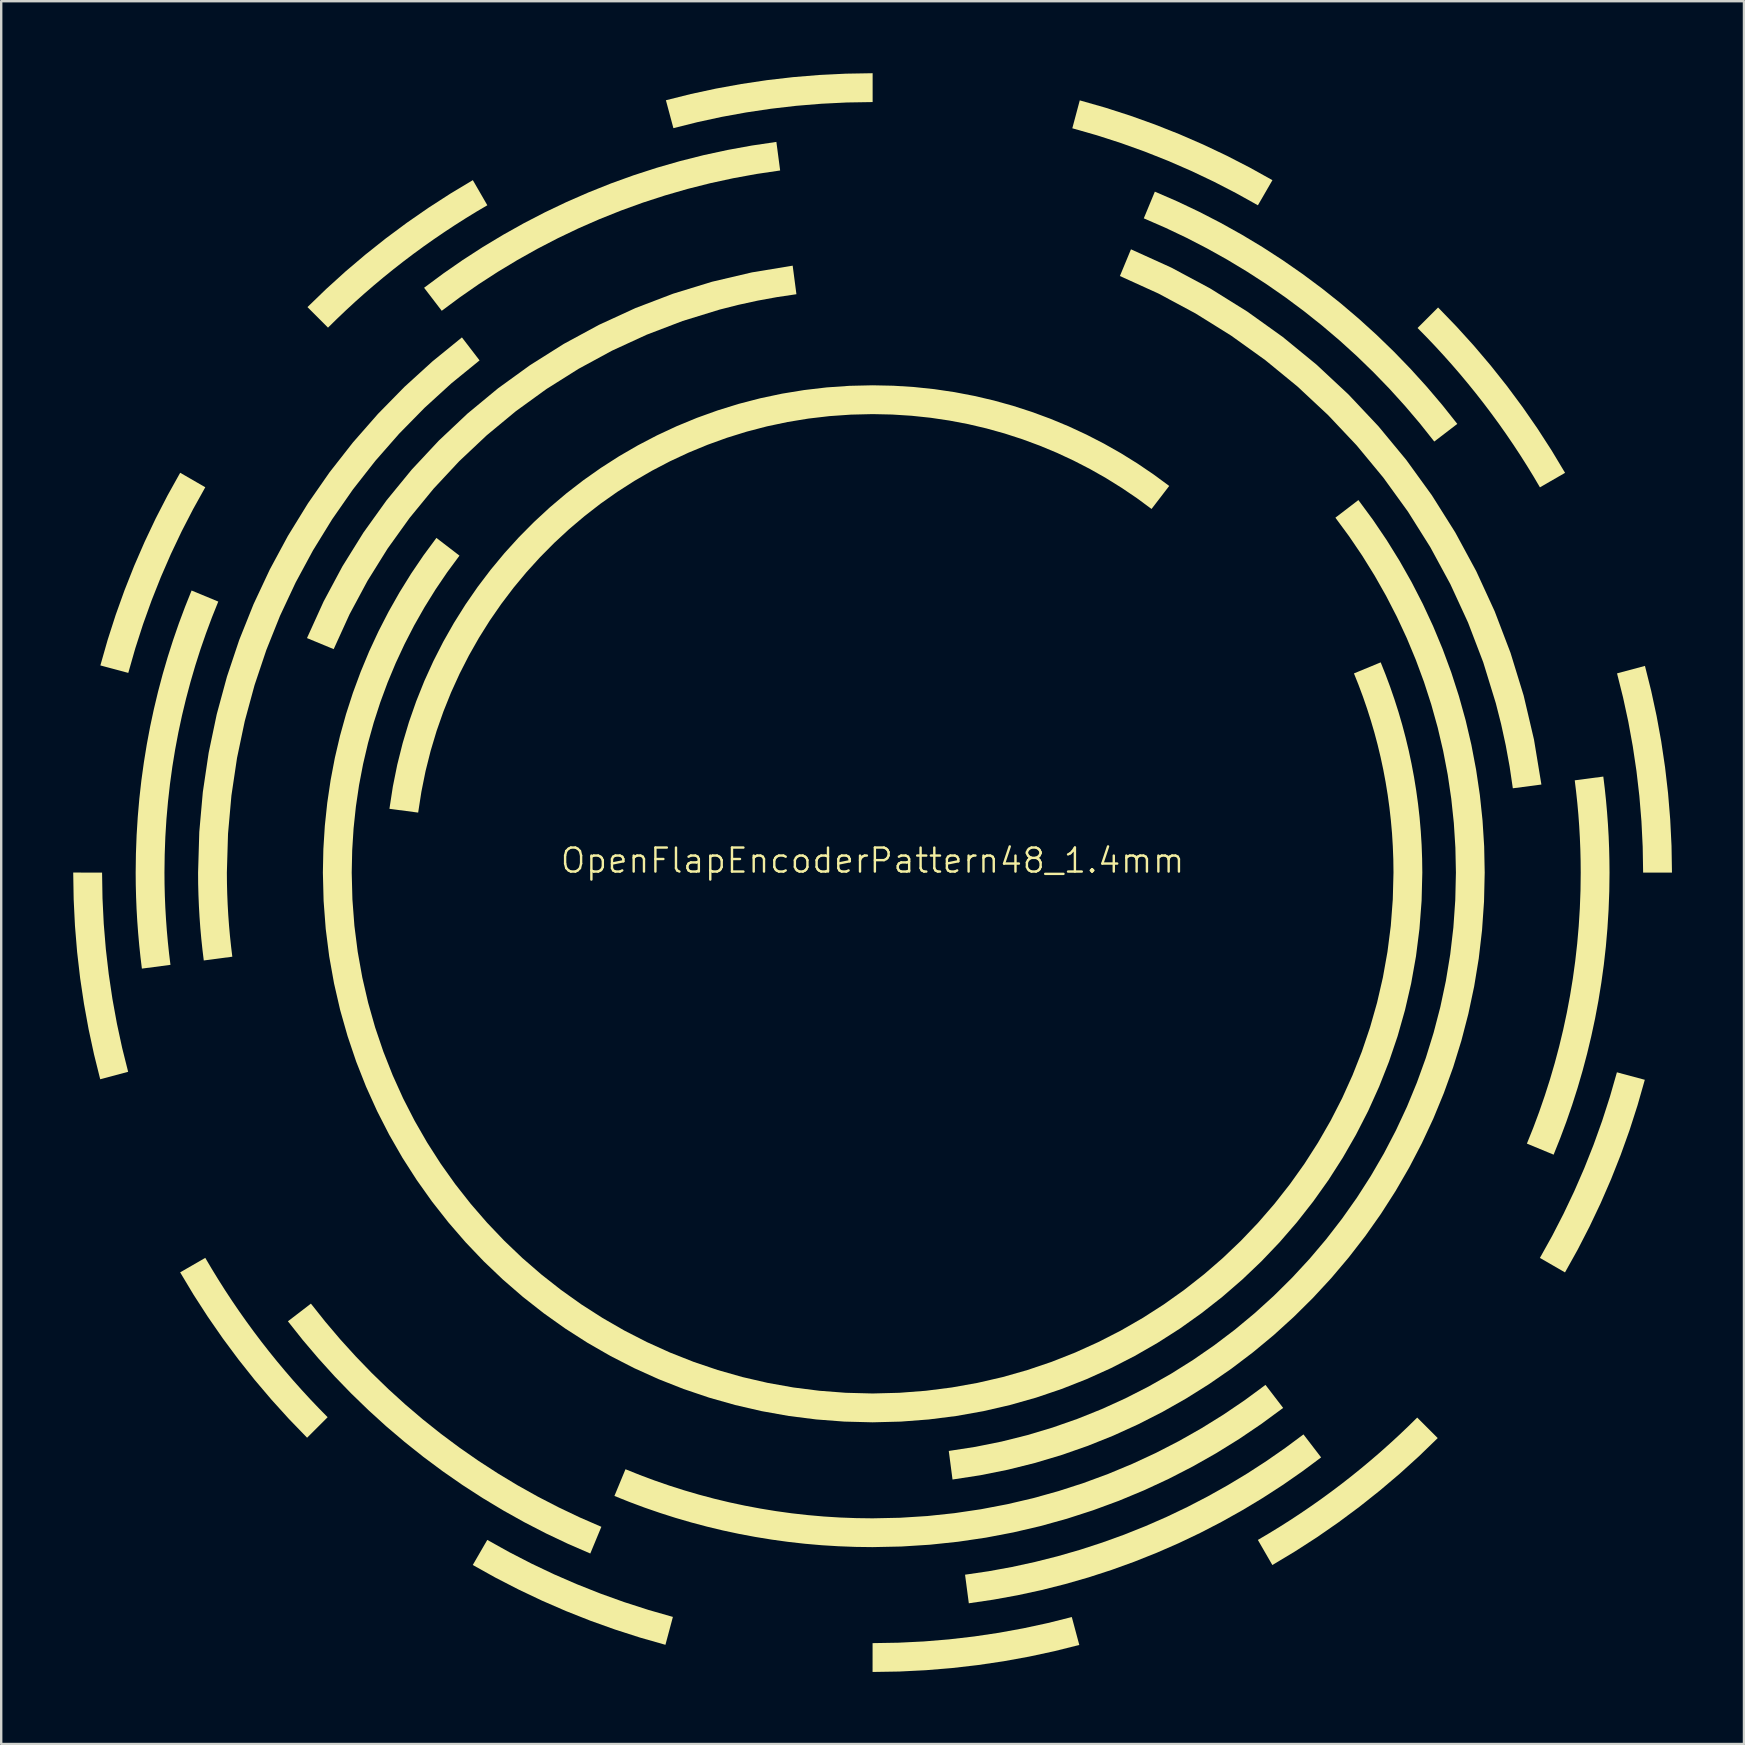
<source format=kicad_pcb>
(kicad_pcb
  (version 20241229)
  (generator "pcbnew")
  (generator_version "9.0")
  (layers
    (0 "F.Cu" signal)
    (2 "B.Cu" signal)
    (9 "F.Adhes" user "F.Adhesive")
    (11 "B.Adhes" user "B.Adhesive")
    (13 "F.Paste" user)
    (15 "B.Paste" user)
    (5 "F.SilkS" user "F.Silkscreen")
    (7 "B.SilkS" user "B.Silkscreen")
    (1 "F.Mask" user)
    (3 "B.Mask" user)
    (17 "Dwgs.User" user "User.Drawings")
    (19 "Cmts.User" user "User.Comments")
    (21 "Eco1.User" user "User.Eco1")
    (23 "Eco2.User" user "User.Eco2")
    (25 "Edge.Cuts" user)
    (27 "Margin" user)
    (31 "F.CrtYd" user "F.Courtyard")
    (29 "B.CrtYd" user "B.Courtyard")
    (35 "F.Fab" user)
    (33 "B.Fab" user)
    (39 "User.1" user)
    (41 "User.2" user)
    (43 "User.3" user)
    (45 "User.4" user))
  (footprint "OpenFlapEncoderPattern48_1.4mm"
    (layer "F.Cu")
    (at 33.301 33.301)
    (property "Reference" "OpenFlapEncoderPattern48_1.4mm" (at 0 -0.5 0) (unlocked yes) (layer "F.SilkS") (effects (font (size 1 1) (thickness 0.1))))
    (fp_poly (pts (xy -27.799 -16.052) (xy -28.305 -15.143) (xy -28.783 -14.217) (xy -29.231 -13.273) (xy -29.649 -12.313) (xy -30.036 -11.337) (xy -30.392 -10.345) (xy -30.716 -9.339) (xy -31.007 -8.319) (xy -32.17 -8.63) (xy -31.868 -9.689) (xy -31.532 -10.734) (xy -31.163 -11.763) (xy -30.762 -12.776) (xy -30.329 -13.772) (xy -29.865 -14.752) (xy -29.37 -15.713) (xy -28.845 -16.656)) (stroke (width -0.000001) (type solid)) (fill yes) (layer "F.SilkS"))
    (fp_poly (pts (xy -15.142 28.306) (xy -14.216 28.784) (xy -13.273 29.232) (xy -12.312 29.649) (xy -11.336 30.036) (xy -10.345 30.392) (xy -9.339 30.716) (xy -8.319 31.008) (xy -8.63 32.17) (xy -9.689 31.868) (xy -10.734 31.532) (xy -11.763 31.164) (xy -12.776 30.763) (xy -13.772 30.33) (xy -14.751 29.865) (xy -15.713 29.37) (xy -16.656 28.845) (xy -16.051 27.8)) (stroke (width -0.000001) (type solid)) (fill yes) (layer "F.SilkS"))
    (fp_poly (pts (xy 9.69 -31.868) (xy 10.735 -31.532) (xy 11.764 -31.163) (xy 12.777 -30.762) (xy 13.773 -30.329) (xy 14.752 -29.865) (xy 15.714 -29.37) (xy 16.657 -28.845) (xy 16.052 -27.799) (xy 15.143 -28.305) (xy 14.217 -28.783) (xy 13.274 -29.231) (xy 12.314 -29.649) (xy 11.338 -30.036) (xy 10.346 -30.392) (xy 9.34 -30.716) (xy 8.32 -31.007) (xy 8.631 -32.17)) (stroke (width -0.000001) (type solid)) (fill yes) (layer "F.SilkS"))
    (fp_poly (pts (xy 32.17 8.632) (xy 31.868 9.691) (xy 31.533 10.735) (xy 31.164 11.764) (xy 30.763 12.777) (xy 30.33 13.773) (xy 29.865 14.752) (xy 29.37 15.714) (xy 28.845 16.656) (xy 27.8 16.052) (xy 28.306 15.144) (xy 28.783 14.217) (xy 29.231 13.274) (xy 29.649 12.314) (xy 30.036 11.338) (xy 30.392 10.346) (xy 30.716 9.34) (xy 31.008 8.32)) (stroke (width -0.000001) (type solid)) (fill yes) (layer "F.SilkS"))
    (fp_poly (pts (xy -32.099 -0.000411) (xy -32.099 0.000104) (xy -32.081 1.072) (xy -32.029 2.135) (xy -31.942 3.189) (xy -31.821 4.233) (xy -31.667 5.267) (xy -31.481 6.289) (xy -31.263 7.3) (xy -31.013 8.299) (xy -32.176 8.61) (xy -32.434 7.574) (xy -32.66 6.525) (xy -32.853 5.464) (xy -33.013 4.392) (xy -33.138 3.309) (xy -33.228 2.216) (xy -33.282 1.112) (xy -33.301 0.000104) (xy -33.301 -0.001)) (stroke (width -0.000001) (type solid)) (fill yes) (layer "F.SilkS"))
    (fp_poly (pts (xy 0.002 -32.099) (xy 0.000217 -32.099) (xy -1.072 -32.082) (xy -2.135 -32.029) (xy -3.189 -31.942) (xy -4.232 -31.821) (xy -5.266 -31.667) (xy -6.288 -31.481) (xy -7.299 -31.262) (xy -8.298 -31.012) (xy -8.61 -32.175) (xy -7.574 -32.434) (xy -6.525 -32.66) (xy -5.464 -32.853) (xy -4.392 -33.013) (xy -3.309 -33.138) (xy -2.215 -33.228) (xy -1.112 -33.282) (xy 0.000217 -33.301) (xy 0.002 -33.301)) (stroke (width -0.000001) (type solid)) (fill yes) (layer "F.SilkS"))
    (fp_poly (pts (xy 8.611 32.176) (xy 7.574 32.435) (xy 6.525 32.661) (xy 5.464 32.854) (xy 4.392 33.013) (xy 3.309 33.138) (xy 2.216 33.228) (xy 1.113 33.283) (xy 0.000217 33.301) (xy -0.001 33.301) (xy -0.000298 32.1) (xy 0.000217 32.1) (xy 1.072 32.082) (xy 2.135 32.03) (xy 3.189 31.943) (xy 4.233 31.822) (xy 5.266 31.668) (xy 6.289 31.481) (xy 7.3 31.263) (xy 8.299 31.013)) (stroke (width -0.000001) (type solid)) (fill yes) (layer "F.SilkS"))
    (fp_poly (pts (xy 32.435 -7.573) (xy 32.661 -6.525) (xy 32.854 -5.464) (xy 33.013 -4.392) (xy 33.138 -3.309) (xy 33.228 -2.215) (xy 33.283 -1.112) (xy 33.301 0.000104) (xy 33.301 0.002) (xy 32.1 0.002) (xy 32.1 0.000104) (xy 32.082 -1.072) (xy 32.03 -2.135) (xy 31.943 -3.189) (xy 31.822 -4.233) (xy 31.668 -5.266) (xy 31.482 -6.288) (xy 31.263 -7.3) (xy 31.013 -8.299) (xy 32.176 -8.61)) (stroke (width -0.000001) (type solid)) (fill yes) (layer "F.SilkS"))
    (fp_poly (pts (xy -27.532 16.504) (xy -27.257 16.953) (xy -26.976 17.397) (xy -26.687 17.836) (xy -26.391 18.27) (xy -26.088 18.699) (xy -25.779 19.122) (xy -25.463 19.541) (xy -25.14 19.954) (xy -24.811 20.361) (xy -24.475 20.763) (xy -24.133 21.16) (xy -23.784 21.551) (xy -23.43 21.936) (xy -23.069 22.315) (xy -22.702 22.688) (xy -23.558 23.543) (xy -24.313 22.762) (xy -25.042 21.957) (xy -25.746 21.128) (xy -26.422 20.277) (xy -27.071 19.403) (xy -27.692 18.507) (xy -28.284 17.591) (xy -28.846 16.654) (xy -27.8 16.05)) (stroke (width -0.000001) (type solid)) (fill yes) (layer "F.SilkS"))
    (fp_poly (pts (xy -16.049 -27.8) (xy -16.503 -27.533) (xy -16.951 -27.258) (xy -17.395 -26.976) (xy -17.834 -26.687) (xy -18.268 -26.391) (xy -18.697 -26.089) (xy -19.121 -25.779) (xy -19.539 -25.463) (xy -19.952 -25.14) (xy -20.36 -24.811) (xy -20.762 -24.475) (xy -21.158 -24.133) (xy -21.549 -23.785) (xy -21.934 -23.43) (xy -22.313 -23.069) (xy -22.687 -22.702) (xy -23.542 -23.558) (xy -22.761 -24.313) (xy -21.956 -25.043) (xy -21.127 -25.746) (xy -20.276 -26.422) (xy -19.402 -27.071) (xy -18.506 -27.692) (xy -17.59 -28.284) (xy -16.653 -28.846)) (stroke (width -0.000001) (type solid)) (fill yes) (layer "F.SilkS"))
    (fp_poly (pts (xy 23.543 23.558) (xy 22.763 24.313) (xy 21.958 25.043) (xy 21.129 25.746) (xy 20.277 26.423) (xy 19.403 27.072) (xy 18.507 27.693) (xy 17.591 28.284) (xy 16.654 28.847) (xy 16.05 27.801) (xy 16.504 27.533) (xy 16.952 27.259) (xy 17.396 26.977) (xy 17.835 26.688) (xy 18.269 26.392) (xy 18.698 26.09) (xy 19.122 25.78) (xy 19.541 25.464) (xy 19.954 25.141) (xy 20.361 24.812) (xy 20.763 24.476) (xy 21.16 24.134) (xy 21.551 23.785) (xy 21.936 23.431) (xy 22.315 23.07) (xy 22.688 22.703)) (stroke (width -0.000001) (type solid)) (fill yes) (layer "F.SilkS"))
    (fp_poly (pts (xy 24.313 -22.761) (xy 25.043 -21.956) (xy 25.747 -21.127) (xy 26.423 -20.276) (xy 27.072 -19.402) (xy 27.693 -18.506) (xy 28.285 -17.59) (xy 28.848 -16.653) (xy 27.801 -16.049) (xy 27.534 -16.503) (xy 27.259 -16.952) (xy 26.977 -17.396) (xy 26.688 -17.835) (xy 26.392 -18.269) (xy 26.09 -18.698) (xy 25.78 -19.121) (xy 25.464 -19.54) (xy 25.141 -19.953) (xy 24.812 -20.36) (xy 24.476 -20.763) (xy 24.134 -21.159) (xy 23.785 -21.55) (xy 23.431 -21.935) (xy 23.07 -22.314) (xy 22.703 -22.687) (xy 23.558 -23.542)) (stroke (width -0.000001) (type solid)) (fill yes) (layer "F.SilkS"))
    (fp_poly (pts (xy -22.8 18.71) (xy -22.178 19.443) (xy -21.532 20.155) (xy -20.864 20.846) (xy -20.174 21.515) (xy -19.463 22.161) (xy -18.731 22.784) (xy -17.978 23.383) (xy -17.206 23.958) (xy -16.415 24.508) (xy -15.605 25.033) (xy -14.777 25.532) (xy -13.932 26.004) (xy -13.07 26.448) (xy -12.192 26.866) (xy -11.299 27.254) (xy -11.76 28.367) (xy -12.69 27.963) (xy -13.605 27.529) (xy -14.502 27.066) (xy -15.382 26.575) (xy -16.244 26.056) (xy -17.087 25.511) (xy -17.911 24.938) (xy -18.715 24.34) (xy -19.498 23.716) (xy -20.261 23.068) (xy -21.001 22.395) (xy -21.719 21.7) (xy -22.415 20.981) (xy -23.086 20.239) (xy -23.734 19.477) (xy -24.357 18.693) (xy -23.399 17.957)) (stroke (width -0.000001) (type solid)) (fill yes) (layer "F.SilkS"))
    (fp_poly (pts (xy -3.851 -29.249) (xy -4.832 -29.104) (xy -5.803 -28.927) (xy -6.762 -28.719) (xy -7.709 -28.48) (xy -8.644 -28.21) (xy -9.566 -27.911) (xy -10.474 -27.582) (xy -11.368 -27.225) (xy -12.248 -26.84) (xy -13.112 -26.427) (xy -13.961 -25.987) (xy -14.793 -25.521) (xy -15.609 -25.029) (xy -16.407 -24.512) (xy -17.187 -23.97) (xy -17.949 -23.404) (xy -18.684 -24.363) (xy -17.892 -24.951) (xy -17.08 -25.515) (xy -16.249 -26.053) (xy -15.4 -26.564) (xy -14.534 -27.049) (xy -13.651 -27.506) (xy -12.751 -27.935) (xy -11.835 -28.335) (xy -10.904 -28.707) (xy -9.959 -29.048) (xy -8.999 -29.359) (xy -8.025 -29.639) (xy -7.039 -29.888) (xy -6.04 -30.104) (xy -5.03 -30.288) (xy -4.008 -30.439)) (stroke (width -0.000001) (type solid)) (fill yes) (layer "F.SilkS"))
    (fp_poly (pts (xy 12.69 -27.963) (xy 13.604 -27.529) (xy 14.502 -27.066) (xy 15.382 -26.575) (xy 16.244 -26.057) (xy 17.087 -25.511) (xy 17.911 -24.938) (xy 18.715 -24.34) (xy 19.499 -23.716) (xy 20.261 -23.068) (xy 21.002 -22.395) (xy 21.72 -21.699) (xy 22.415 -20.98) (xy 23.087 -20.239) (xy 23.735 -19.476) (xy 24.358 -18.692) (xy 23.399 -17.957) (xy 22.801 -18.71) (xy 22.178 -19.443) (xy 21.533 -20.155) (xy 20.864 -20.846) (xy 20.174 -21.515) (xy 19.463 -22.161) (xy 18.73 -22.784) (xy 17.978 -23.383) (xy 17.206 -23.958) (xy 16.414 -24.509) (xy 15.604 -25.033) (xy 14.777 -25.532) (xy 13.931 -26.004) (xy 13.07 -26.449) (xy 12.191 -26.866) (xy 11.298 -27.255) (xy 11.759 -28.367)) (stroke (width -0.000001) (type solid)) (fill yes) (layer "F.SilkS"))
    (fp_poly (pts (xy 18.685 24.363) (xy 17.893 24.952) (xy 17.081 25.516) (xy 16.25 26.054) (xy 15.401 26.565) (xy 14.535 27.05) (xy 13.652 27.507) (xy 12.752 27.936) (xy 11.836 28.336) (xy 10.905 28.707) (xy 9.959 29.049) (xy 9 29.36) (xy 8.026 29.64) (xy 7.04 29.889) (xy 6.041 30.105) (xy 5.031 30.289) (xy 4.009 30.44) (xy 3.852 29.249) (xy 4.833 29.105) (xy 5.803 28.928) (xy 6.762 28.719) (xy 7.71 28.48) (xy 8.644 28.211) (xy 9.566 27.911) (xy 10.475 27.583) (xy 11.369 27.226) (xy 12.249 26.841) (xy 13.113 26.428) (xy 13.962 25.988) (xy 14.794 25.522) (xy 15.61 25.031) (xy 16.408 24.513) (xy 17.188 23.971) (xy 17.95 23.405)) (stroke (width -0.000001) (type solid)) (fill yes) (layer "F.SilkS"))
    (fp_poly (pts (xy -3.173 -24.094) (xy -3.987 -23.973) (xy -4.792 -23.826) (xy -5.588 -23.652) (xy -6.374 -23.453) (xy -7.914 -22.979) (xy -9.409 -22.408) (xy -10.854 -21.743) (xy -12.247 -20.987) (xy -13.584 -20.146) (xy -14.86 -19.222) (xy -16.072 -18.219) (xy -17.217 -17.141) (xy -18.289 -15.992) (xy -19.287 -14.775) (xy -20.206 -13.494) (xy -21.041 -12.154) (xy -21.791 -10.757) (xy -22.45 -9.308) (xy -23.562 -9.769) (xy -22.871 -11.291) (xy -22.086 -12.757) (xy -21.21 -14.165) (xy -20.246 -15.509) (xy -19.2 -16.786) (xy -18.074 -17.992) (xy -16.874 -19.123) (xy -15.602 -20.175) (xy -14.262 -21.144) (xy -12.86 -22.027) (xy -11.397 -22.819) (xy -9.879 -23.517) (xy -8.31 -24.116) (xy -6.692 -24.613) (xy -5.031 -25.003) (xy -3.329 -25.284)) (stroke (width -0.000001) (type solid)) (fill yes) (layer "F.SilkS"))
    (fp_poly (pts (xy 12.442 -25.204) (xy 14.058 -24.338) (xy 15.608 -23.372) (xy 17.09 -22.311) (xy 18.497 -21.158) (xy 19.826 -19.917) (xy 21.072 -18.594) (xy 22.232 -17.192) (xy 23.3 -15.716) (xy 24.273 -14.171) (xy 25.146 -12.559) (xy 25.915 -10.886) (xy 26.575 -9.156) (xy 27.123 -7.374) (xy 27.553 -5.543) (xy 27.862 -3.668) (xy 26.672 -3.512) (xy 26.539 -4.413) (xy 26.376 -5.305) (xy 26.184 -6.186) (xy 25.963 -7.056) (xy 25.439 -8.761) (xy 24.806 -10.416) (xy 24.069 -12.016) (xy 23.233 -13.558) (xy 22.302 -15.038) (xy 21.279 -16.451) (xy 20.169 -17.793) (xy 18.975 -19.059) (xy 17.703 -20.247) (xy 16.356 -21.351) (xy 14.938 -22.368) (xy 13.454 -23.293) (xy 11.908 -24.123) (xy 10.303 -24.852) (xy 10.764 -25.965)) (stroke (width -0.000001) (type solid)) (fill yes) (layer "F.SilkS"))
    (fp_poly (pts (xy -27.258 -11.29) (xy -27.521 -10.634) (xy -27.768 -9.97) (xy -28.001 -9.299) (xy -28.217 -8.62) (xy -28.417 -7.935) (xy -28.601 -7.243) (xy -28.769 -6.545) (xy -28.92 -5.84) (xy -29.054 -5.129) (xy -29.171 -4.412) (xy -29.27 -3.69) (xy -29.352 -2.962) (xy -29.417 -2.229) (xy -29.463 -1.49) (xy -29.49 -0.747) (xy -29.5 0.000104) (xy -29.496 0.488) (xy -29.484 0.973) (xy -29.464 1.457) (xy -29.436 1.938) (xy -29.401 2.418) (xy -29.358 2.895) (xy -29.308 3.37) (xy -29.25 3.843) (xy -30.44 4) (xy -30.5 3.508) (xy -30.552 3.013) (xy -30.596 2.516) (xy -30.633 2.017) (xy -30.662 1.516) (xy -30.682 1.013) (xy -30.695 0.508) (xy -30.699 0.000104) (xy -30.689 -0.778) (xy -30.66 -1.552) (xy -30.612 -2.32) (xy -30.546 -3.083) (xy -30.461 -3.841) (xy -30.357 -4.593) (xy -30.236 -5.339) (xy -30.097 -6.079) (xy -29.94 -6.813) (xy -29.766 -7.54) (xy -29.575 -8.26) (xy -29.367 -8.973) (xy -29.142 -9.679) (xy -28.901 -10.377) (xy -28.643 -11.068) (xy -28.37 -11.751)) (stroke (width -0.000001) (type solid)) (fill yes) (layer "F.SilkS"))
    (fp_poly (pts (xy -16.373 -21.337) (xy -17.546 -20.382) (xy -18.662 -19.364) (xy -19.721 -18.286) (xy -20.717 -17.15) (xy -21.65 -15.959) (xy -22.516 -14.715) (xy -23.312 -13.422) (xy -24.036 -12.082) (xy -24.685 -10.698) (xy -25.256 -9.272) (xy -25.747 -7.808) (xy -26.155 -6.308) (xy -26.477 -4.774) (xy -26.71 -3.21) (xy -26.852 -1.617) (xy -26.9 0.000104) (xy -26.896 0.445) (xy -26.885 0.887) (xy -26.867 1.328) (xy -26.842 1.767) (xy -26.81 2.205) (xy -26.771 2.64) (xy -26.725 3.073) (xy -26.673 3.504) (xy -27.862 3.661) (xy -27.917 3.21) (xy -27.965 2.758) (xy -28.006 2.303) (xy -28.039 1.846) (xy -28.065 1.388) (xy -28.084 0.927) (xy -28.096 0.465) (xy -28.099 0.000104) (xy -28.049 -1.691) (xy -27.901 -3.356) (xy -27.658 -4.992) (xy -27.322 -6.595) (xy -26.896 -8.163) (xy -26.384 -9.694) (xy -25.788 -11.183) (xy -25.11 -12.629) (xy -24.355 -14.029) (xy -23.523 -15.38) (xy -22.619 -16.679) (xy -21.645 -17.923) (xy -20.605 -19.109) (xy -19.5 -20.236) (xy -18.333 -21.298) (xy -17.108 -22.295)) (stroke (width -0.000001) (type solid)) (fill yes) (layer "F.SilkS"))
    (fp_poly (pts (xy 30.501 -3.508) (xy 30.553 -3.013) (xy 30.597 -2.516) (xy 30.634 -2.017) (xy 30.663 -1.516) (xy 30.683 -1.013) (xy 30.695 -0.507) (xy 30.7 0.000104) (xy 30.69 0.778) (xy 30.661 1.552) (xy 30.613 2.32) (xy 30.547 3.084) (xy 30.462 3.842) (xy 30.358 4.594) (xy 30.237 5.34) (xy 30.098 6.08) (xy 29.941 6.813) (xy 29.767 7.54) (xy 29.576 8.261) (xy 29.368 8.974) (xy 29.143 9.68) (xy 28.902 10.378) (xy 28.644 11.069) (xy 28.371 11.751) (xy 27.258 11.29) (xy 27.522 10.634) (xy 27.769 9.971) (xy 28.001 9.299) (xy 28.218 8.621) (xy 28.418 7.936) (xy 28.602 7.244) (xy 28.77 6.545) (xy 28.921 5.84) (xy 29.055 5.129) (xy 29.172 4.412) (xy 29.271 3.69) (xy 29.353 2.962) (xy 29.417 2.229) (xy 29.463 1.491) (xy 29.491 0.748) (xy 29.5 0.000104) (xy 29.496 -0.487) (xy 29.484 -0.973) (xy 29.464 -1.456) (xy 29.437 -1.938) (xy 29.402 -2.417) (xy 29.359 -2.895) (xy 29.308 -3.37) (xy 29.251 -3.843) (xy 30.441 -4)) (stroke (width -0.000001) (type solid)) (fill yes) (layer "F.SilkS"))
    (fp_poly (pts (xy 17.103 22.301) (xy 16.201 22.965) (xy 15.272 23.594) (xy 14.317 24.186) (xy 13.337 24.741) (xy 12.334 25.257) (xy 11.307 25.734) (xy 10.259 26.17) (xy 9.189 26.564) (xy 8.1 26.916) (xy 6.992 27.224) (xy 5.865 27.487) (xy 4.722 27.705) (xy 3.563 27.876) (xy 2.389 28) (xy 1.201 28.075) (xy 0.000217 28.1) (xy -0.712 28.091) (xy -1.42 28.064) (xy -2.123 28.021) (xy -2.822 27.96) (xy -3.516 27.882) (xy -4.204 27.787) (xy -4.887 27.676) (xy -5.564 27.549) (xy -6.235 27.406) (xy -6.901 27.246) (xy -7.56 27.071) (xy -8.213 26.881) (xy -8.859 26.675) (xy -9.498 26.455) (xy -10.13 26.219) (xy -10.755 25.969) (xy -10.294 24.856) (xy -9.695 25.096) (xy -9.09 25.322) (xy -8.478 25.534) (xy -7.86 25.731) (xy -7.235 25.914) (xy -6.604 26.082) (xy -5.967 26.235) (xy -5.325 26.372) (xy -4.676 26.494) (xy -4.023 26.601) (xy -3.364 26.692) (xy -2.7 26.766) (xy -2.032 26.825) (xy -1.359 26.867) (xy -0.681 26.892) (xy 0.000217 26.901) (xy 1.149 26.877) (xy 2.285 26.805) (xy 3.408 26.686) (xy 4.517 26.522) (xy 5.611 26.313) (xy 6.689 26.061) (xy 7.749 25.765) (xy 8.792 25.428) (xy 9.816 25.05) (xy 10.819 24.632) (xy 11.802 24.176) (xy 12.763 23.681) (xy 13.701 23.149) (xy 14.615 22.582) (xy 15.504 21.979) (xy 16.368 21.342)) (stroke (width -0.000001) (type solid)) (fill yes) (layer "F.SilkS"))
    (fp_poly (pts (xy 0.868 -20.282) (xy 1.727 -20.228) (xy 2.575 -20.139) (xy 3.413 -20.015) (xy 4.239 -19.857) (xy 5.052 -19.667) (xy 5.853 -19.444) (xy 6.64 -19.189) (xy 7.413 -18.904) (xy 8.17 -18.589) (xy 8.912 -18.244) (xy 9.637 -17.871) (xy 10.345 -17.47) (xy 11.034 -17.042) (xy 11.705 -16.587) (xy 12.357 -16.107) (xy 11.621 -15.148) (xy 11.008 -15.6) (xy 10.376 -16.028) (xy 9.727 -16.432) (xy 9.061 -16.81) (xy 8.379 -17.161) (xy 7.682 -17.486) (xy 6.969 -17.783) (xy 6.242 -18.052) (xy 5.502 -18.292) (xy 4.749 -18.502) (xy 3.984 -18.682) (xy 3.207 -18.83) (xy 2.42 -18.947) (xy 1.623 -19.031) (xy 0.816 -19.082) (xy 0.000217 -19.1) (xy -0.903 -19.078) (xy -1.796 -19.016) (xy -2.677 -18.913) (xy -3.546 -18.77) (xy -4.401 -18.589) (xy -5.241 -18.37) (xy -6.066 -18.114) (xy -6.874 -17.822) (xy -7.666 -17.495) (xy -8.438 -17.135) (xy -9.192 -16.741) (xy -9.926 -16.315) (xy -10.638 -15.858) (xy -11.329 -15.371) (xy -11.996 -14.854) (xy -12.64 -14.309) (xy -13.259 -13.737) (xy -13.852 -13.138) (xy -14.419 -12.514) (xy -14.958 -11.865) (xy -15.468 -11.192) (xy -15.949 -10.497) (xy -16.399 -9.78) (xy -16.818 -9.042) (xy -17.205 -8.284) (xy -17.559 -7.507) (xy -17.878 -6.712) (xy -18.163 -5.9) (xy -18.411 -5.072) (xy -18.623 -4.228) (xy -18.796 -3.37) (xy -18.931 -2.499) (xy -20.128 -2.657) (xy -19.985 -3.584) (xy -19.801 -4.497) (xy -19.576 -5.394) (xy -19.313 -6.275) (xy -19.011 -7.139) (xy -18.672 -7.985) (xy -18.296 -8.811) (xy -17.885 -9.617) (xy -17.44 -10.401) (xy -16.962 -11.163) (xy -16.451 -11.902) (xy -15.909 -12.617) (xy -15.336 -13.307) (xy -14.734 -13.97) (xy -14.104 -14.606) (xy -13.446 -15.214) (xy -12.762 -15.793) (xy -12.052 -16.342) (xy -11.318 -16.859) (xy -10.56 -17.345) (xy -9.78 -17.797) (xy -8.979 -18.215) (xy -8.157 -18.598) (xy -7.315 -18.945) (xy -6.455 -19.254) (xy -5.578 -19.526) (xy -4.684 -19.758) (xy -3.774 -19.951) (xy -2.85 -20.102) (xy -1.912 -20.212) (xy -0.962 -20.278) (xy 0.000217 -20.3)) (stroke (width -0.000001) (type solid)) (fill yes) (layer "F.SilkS"))
    (fp_poly (pts (xy 20.841 -14.701) (xy 21.412 -13.858) (xy 21.949 -12.992) (xy 22.453 -12.103) (xy 22.921 -11.192) (xy 23.353 -10.261) (xy 23.749 -9.309) (xy 24.107 -8.339) (xy 24.426 -7.35) (xy 24.706 -6.344) (xy 24.945 -5.322) (xy 25.142 -4.285) (xy 25.298 -3.233) (xy 25.41 -2.168) (xy 25.478 -1.09) (xy 25.5 0.000104) (xy 25.472 1.208) (xy 25.389 2.402) (xy 25.252 3.58) (xy 25.061 4.741) (xy 24.819 5.884) (xy 24.527 7.007) (xy 24.186 8.11) (xy 23.796 9.19) (xy 23.361 10.247) (xy 22.879 11.28) (xy 22.354 12.287) (xy 21.786 13.267) (xy 21.176 14.219) (xy 20.526 15.141) (xy 19.836 16.032) (xy 19.109 16.892) (xy 18.345 17.718) (xy 17.545 18.51) (xy 16.712 19.267) (xy 15.845 19.986) (xy 14.947 20.667) (xy 14.018 21.309) (xy 13.06 21.91) (xy 12.074 22.469) (xy 11.062 22.985) (xy 10.024 23.457) (xy 8.962 23.883) (xy 7.876 24.262) (xy 6.769 24.593) (xy 5.642 24.874) (xy 4.495 25.105) (xy 3.33 25.284) (xy 3.174 24.094) (xy 4.283 23.923) (xy 5.374 23.703) (xy 6.448 23.434) (xy 7.502 23.118) (xy 8.536 22.756) (xy 9.548 22.35) (xy 10.537 21.9) (xy 11.501 21.408) (xy 12.441 20.874) (xy 13.353 20.301) (xy 14.238 19.689) (xy 15.095 19.039) (xy 15.92 18.353) (xy 16.715 17.632) (xy 17.477 16.877) (xy 18.205 16.09) (xy 18.899 15.27) (xy 19.556 14.42) (xy 20.176 13.542) (xy 20.758 12.635) (xy 21.3 11.701) (xy 21.801 10.741) (xy 22.26 9.757) (xy 22.675 8.75) (xy 23.047 7.721) (xy 23.372 6.671) (xy 23.651 5.602) (xy 23.882 4.514) (xy 24.064 3.408) (xy 24.195 2.287) (xy 24.274 1.15) (xy 24.301 0.000104) (xy 24.279 -1.037) (xy 24.214 -2.064) (xy 24.107 -3.078) (xy 23.959 -4.08) (xy 23.77 -5.068) (xy 23.542 -6.041) (xy 23.275 -7) (xy 22.971 -7.941) (xy 22.629 -8.866) (xy 22.252 -9.772) (xy 21.839 -10.66) (xy 21.392 -11.528) (xy 20.912 -12.375) (xy 20.399 -13.201) (xy 19.855 -14.004) (xy 19.28 -14.785) (xy 20.238 -15.519)) (stroke (width -0.000001) (type solid)) (fill yes) (layer "F.SilkS"))
    (fp_poly (pts (xy -17.21 -13.204) (xy -17.724 -12.507) (xy -18.21 -11.79) (xy -18.668 -11.052) (xy -19.098 -10.295) (xy -19.497 -9.52) (xy -19.866 -8.728) (xy -20.204 -7.918) (xy -20.509 -7.093) (xy -20.781 -6.252) (xy -21.02 -5.396) (xy -21.224 -4.527) (xy -21.393 -3.644) (xy -21.525 -2.75) (xy -21.621 -1.843) (xy -21.679 -0.927) (xy -21.699 0.000104) (xy -21.67 1.116) (xy -21.587 2.217) (xy -21.449 3.303) (xy -21.258 4.371) (xy -21.015 5.42) (xy -20.723 6.45) (xy -20.381 7.458) (xy -19.992 8.443) (xy -19.558 9.404) (xy -19.078 10.34) (xy -18.555 11.249) (xy -17.991 12.129) (xy -17.386 12.98) (xy -16.741 13.8) (xy -16.059 14.587) (xy -15.34 15.341) (xy -14.587 16.06) (xy -13.799 16.742) (xy -12.979 17.386) (xy -12.128 17.992) (xy -11.248 18.556) (xy -10.339 19.079) (xy -9.404 19.558) (xy -8.443 19.993) (xy -7.458 20.382) (xy -6.45 20.723) (xy -5.42 21.016) (xy -4.371 21.258) (xy -3.303 21.449) (xy -2.217 21.587) (xy -1.116 21.671) (xy 0.000217 21.7) (xy 1.116 21.671) (xy 2.218 21.587) (xy 3.303 21.449) (xy 4.371 21.258) (xy 5.421 21.016) (xy 6.45 20.723) (xy 7.458 20.382) (xy 8.443 19.993) (xy 9.404 19.558) (xy 10.34 19.079) (xy 11.249 18.556) (xy 12.129 17.992) (xy 12.98 17.386) (xy 13.8 16.742) (xy 14.587 16.06) (xy 15.341 15.341) (xy 16.06 14.587) (xy 16.742 13.8) (xy 17.386 12.98) (xy 17.992 12.129) (xy 18.556 11.249) (xy 19.079 10.34) (xy 19.559 9.404) (xy 19.993 8.443) (xy 20.382 7.458) (xy 20.723 6.45) (xy 21.016 5.42) (xy 21.258 4.371) (xy 21.449 3.303) (xy 21.588 2.217) (xy 21.671 1.116) (xy 21.7 0.000104) (xy 21.693 -0.549) (xy 21.672 -1.095) (xy 21.639 -1.638) (xy 21.591 -2.176) (xy 21.531 -2.711) (xy 21.458 -3.242) (xy 21.372 -3.769) (xy 21.274 -4.292) (xy 21.163 -4.81) (xy 21.04 -5.323) (xy 20.905 -5.832) (xy 20.757 -6.335) (xy 20.598 -6.834) (xy 20.428 -7.327) (xy 20.246 -7.815) (xy 20.053 -8.297) (xy 21.167 -8.758) (xy 21.37 -8.249) (xy 21.562 -7.734) (xy 21.741 -7.214) (xy 21.909 -6.688) (xy 22.064 -6.156) (xy 22.206 -5.62) (xy 22.336 -5.078) (xy 22.452 -4.531) (xy 22.556 -3.979) (xy 22.646 -3.423) (xy 22.723 -2.863) (xy 22.787 -2.298) (xy 22.836 -1.729) (xy 22.872 -1.157) (xy 22.893 -0.58) (xy 22.901 0.000104) (xy 22.871 1.179) (xy 22.782 2.343) (xy 22.637 3.489) (xy 22.436 4.618) (xy 22.18 5.726) (xy 21.872 6.813) (xy 21.512 7.877) (xy 21.102 8.917) (xy 20.644 9.932) (xy 20.138 10.919) (xy 19.587 11.878) (xy 18.992 12.807) (xy 18.353 13.705) (xy 17.674 14.57) (xy 16.954 15.401) (xy 16.196 16.196) (xy 15.401 16.954) (xy 14.57 17.674) (xy 13.705 18.353) (xy 12.808 18.992) (xy 11.878 19.587) (xy 10.919 20.138) (xy 9.932 20.644) (xy 8.917 21.102) (xy 7.877 21.512) (xy 6.813 21.872) (xy 5.726 22.18) (xy 4.618 22.436) (xy 3.49 22.637) (xy 2.343 22.782) (xy 1.179 22.871) (xy 0.000217 22.901) (xy -1.179 22.871) (xy -2.343 22.782) (xy -3.489 22.637) (xy -4.617 22.436) (xy -5.726 22.18) (xy -6.813 21.872) (xy -7.877 21.512) (xy -8.917 21.102) (xy -9.932 20.644) (xy -10.919 20.138) (xy -11.878 19.587) (xy -12.807 18.992) (xy -13.705 18.353) (xy -14.57 17.674) (xy -15.401 16.954) (xy -16.196 16.196) (xy -16.954 15.401) (xy -17.673 14.57) (xy -18.353 13.705) (xy -18.991 12.807) (xy -19.587 11.878) (xy -20.138 10.919) (xy -20.643 9.932) (xy -21.102 8.917) (xy -21.512 7.877) (xy -21.871 6.813) (xy -22.18 5.726) (xy -22.435 4.618) (xy -22.637 3.489) (xy -22.782 2.343) (xy -22.87 1.179) (xy -22.9 0.000104) (xy -22.88 -0.979) (xy -22.819 -1.948) (xy -22.718 -2.905) (xy -22.578 -3.85) (xy -22.401 -4.782) (xy -22.186 -5.7) (xy -21.935 -6.603) (xy -21.648 -7.491) (xy -21.326 -8.363) (xy -20.971 -9.218) (xy -20.582 -10.055) (xy -20.161 -10.873) (xy -19.709 -11.671) (xy -19.226 -12.45) (xy -18.713 -13.207) (xy -18.171 -13.942)) (stroke (width -0.000001) (type solid)) (fill yes) (layer "F.SilkS")))
  (gr_rect
    (start -3 -3)
    (end 69.602 69.602)
    (stroke (width 0.1) (type default))
    (fill no)
    (layer "Edge.Cuts")))
</source>
